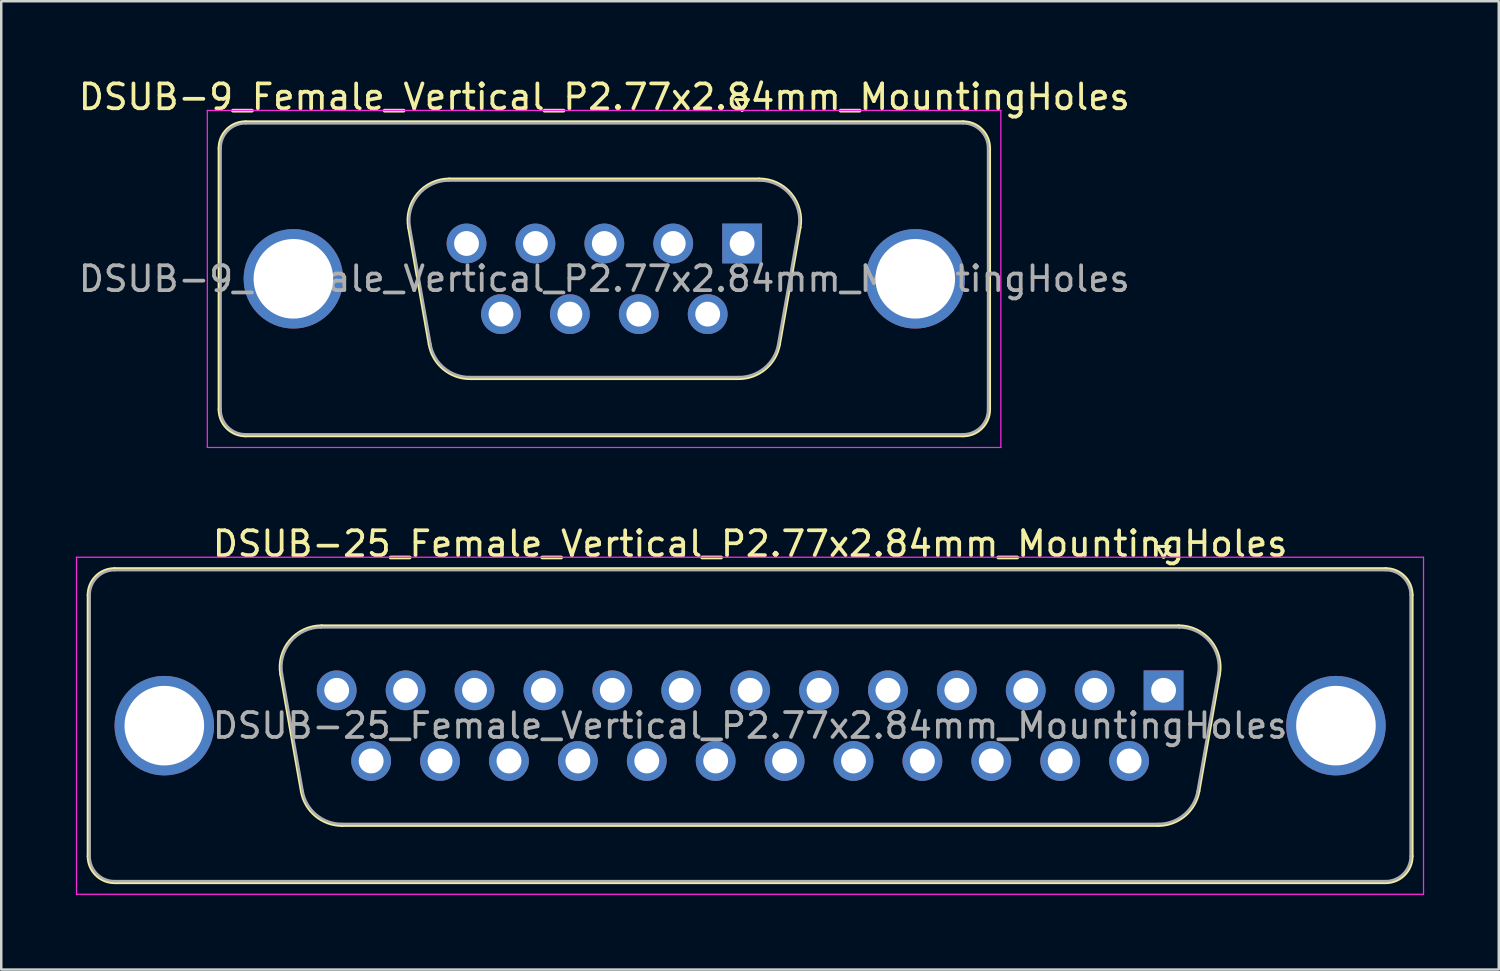
<source format=kicad_pcb>
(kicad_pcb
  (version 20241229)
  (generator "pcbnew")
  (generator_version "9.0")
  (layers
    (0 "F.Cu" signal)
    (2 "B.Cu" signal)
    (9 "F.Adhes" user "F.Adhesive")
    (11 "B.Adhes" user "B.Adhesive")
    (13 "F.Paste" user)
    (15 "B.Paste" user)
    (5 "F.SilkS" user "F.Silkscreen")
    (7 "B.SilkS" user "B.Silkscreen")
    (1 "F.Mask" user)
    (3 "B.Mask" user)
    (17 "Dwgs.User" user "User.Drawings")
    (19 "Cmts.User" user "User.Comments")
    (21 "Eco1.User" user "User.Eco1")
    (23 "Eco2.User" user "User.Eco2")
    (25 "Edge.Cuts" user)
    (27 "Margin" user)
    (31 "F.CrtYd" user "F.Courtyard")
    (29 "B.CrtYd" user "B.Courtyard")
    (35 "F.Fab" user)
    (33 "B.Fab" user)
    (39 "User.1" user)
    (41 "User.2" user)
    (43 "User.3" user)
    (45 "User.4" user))
  (footprint "DSUB-9_Female_Vertical_P2.77x2.84mm_MountingHoles"
    (layer "F.Cu")
    (at 26.784 6.738)
    (property "Reference" "DSUB-9_Female_Vertical_P2.77x2.84mm_MountingHoles" (at -5.54 -5.89 0) (layer "F.SilkS") (effects (font (size 1 1) (thickness 0.15))))
    (attr through_hole)
    (fp_line (start -21.025 6.67) (end -21.025 -3.83) (stroke (width 0.12) (type solid)) (layer "F.SilkS"))
    (fp_line (start -19.965 -4.89) (end 8.885 -4.89) (stroke (width 0.12) (type solid)) (layer "F.SilkS"))
    (fp_line (start -13.406 -0.642) (end -12.578 4.058) (stroke (width 0.12) (type solid)) (layer "F.SilkS"))
    (fp_line (start -11.772 -2.59) (end 0.692 -2.59) (stroke (width 0.12) (type solid)) (layer "F.SilkS"))
    (fp_line (start -10.943 5.43) (end -0.137 5.43) (stroke (width 0.12) (type solid)) (layer "F.SilkS"))
    (fp_line (start -0.25 -5.784) (end 0.25 -5.784) (stroke (width 0.12) (type solid)) (layer "F.SilkS"))
    (fp_line (start 0 -5.351) (end -0.25 -5.784) (stroke (width 0.12) (type solid)) (layer "F.SilkS"))
    (fp_line (start 0.25 -5.784) (end 0 -5.351) (stroke (width 0.12) (type solid)) (layer "F.SilkS"))
    (fp_line (start 2.326 -0.642) (end 1.498 4.058) (stroke (width 0.12) (type solid)) (layer "F.SilkS"))
    (fp_line (start 8.885 7.73) (end -19.965 7.73) (stroke (width 0.12) (type solid)) (layer "F.SilkS"))
    (fp_line (start 9.945 -3.83) (end 9.945 6.67) (stroke (width 0.12) (type solid)) (layer "F.SilkS"))
    (fp_arc (start -21.025 -3.83) (mid -20.714533 -4.579533) (end -19.965 -4.89) (stroke (width 0.12) (type solid)) (layer "F.SilkS"))
    (fp_arc (start -19.965 7.73) (mid -20.714533 7.419533) (end -21.025 6.67) (stroke (width 0.12) (type solid)) (layer "F.SilkS"))
    (fp_arc (start -13.40647 -0.641744) (mid -13.043323 -1.997028) (end -11.771689 -2.59) (stroke (width 0.12) (type solid)) (layer "F.SilkS"))
    (fp_arc (start -10.942952 5.43) (mid -12.00998 5.041634) (end -12.577733 4.058256) (stroke (width 0.12) (type solid)) (layer "F.SilkS"))
    (fp_arc (start 0.691689 -2.59) (mid 1.963323 -1.997027) (end 2.32647 -0.641744) (stroke (width 0.12) (type solid)) (layer "F.SilkS"))
    (fp_arc (start 1.497733 4.058256) (mid 0.92998 5.041634) (end -0.137048 5.43) (stroke (width 0.12) (type solid)) (layer "F.SilkS"))
    (fp_arc (start 8.885 -4.89) (mid 9.634533 -4.579533) (end 9.945 -3.83) (stroke (width 0.12) (type solid)) (layer "F.SilkS"))
    (fp_arc (start 9.945 6.67) (mid 9.634533 7.419533) (end 8.885 7.73) (stroke (width 0.12) (type solid)) (layer "F.SilkS"))
    (fp_line (start -21.5 -5.35) (end -21.5 8.2) (stroke (width 0.05) (type solid)) (layer "F.CrtYd"))
    (fp_line (start -21.5 8.2) (end 10.4 8.2) (stroke (width 0.05) (type solid)) (layer "F.CrtYd"))
    (fp_line (start 10.4 -5.35) (end -21.5 -5.35) (stroke (width 0.05) (type solid)) (layer "F.CrtYd"))
    (fp_line (start 10.4 8.2) (end 10.4 -5.35) (stroke (width 0.05) (type solid)) (layer "F.CrtYd"))
    (fp_line (start -20.965 6.67) (end -20.965 -3.83) (stroke (width 0.1) (type solid)) (layer "F.Fab"))
    (fp_line (start -19.965 -4.83) (end 8.885 -4.83) (stroke (width 0.1) (type solid)) (layer "F.Fab"))
    (fp_line (start -13.359 -0.652) (end -12.53 4.048) (stroke (width 0.1) (type solid)) (layer "F.Fab"))
    (fp_line (start -11.783 -2.53) (end 0.703 -2.53) (stroke (width 0.1) (type solid)) (layer "F.Fab"))
    (fp_line (start -10.954 5.37) (end -0.126 5.37) (stroke (width 0.1) (type solid)) (layer "F.Fab"))
    (fp_line (start 2.279 -0.652) (end 1.45 4.048) (stroke (width 0.1) (type solid)) (layer "F.Fab"))
    (fp_line (start 8.885 7.67) (end -19.965 7.67) (stroke (width 0.1) (type solid)) (layer "F.Fab"))
    (fp_line (start 9.885 -3.83) (end 9.885 6.67) (stroke (width 0.1) (type solid)) (layer "F.Fab"))
    (fp_arc (start -20.965 -3.83) (mid -20.672107 -4.537107) (end -19.965 -4.83) (stroke (width 0.1) (type solid)) (layer "F.Fab"))
    (fp_arc (start -19.965 7.67) (mid -20.672107 7.377107) (end -20.965 6.67) (stroke (width 0.1) (type solid)) (layer "F.Fab"))
    (fp_arc (start -13.358886 -0.652163) (mid -13.008865 -1.95846) (end -11.783194 -2.53) (stroke (width 0.1) (type solid)) (layer "F.Fab"))
    (fp_arc (start -10.954457 5.37) (mid -11.982917 4.995671) (end -12.530149 4.047837) (stroke (width 0.1) (type solid)) (layer "F.Fab"))
    (fp_arc (start 0.703194 -2.53) (mid 1.928865 -1.95846) (end 2.278886 -0.652163) (stroke (width 0.1) (type solid)) (layer "F.Fab"))
    (fp_arc (start 1.450149 4.047837) (mid 0.902917 4.995671) (end -0.125543 5.37) (stroke (width 0.1) (type solid)) (layer "F.Fab"))
    (fp_arc (start 8.885 -4.83) (mid 9.592107 -4.537107) (end 9.885 -3.83) (stroke (width 0.1) (type solid)) (layer "F.Fab"))
    (fp_arc (start 9.885 6.67) (mid 9.592107 7.377107) (end 8.885 7.67) (stroke (width 0.1) (type solid)) (layer "F.Fab"))
    (fp_text user "${REFERENCE}" (at -5.54 1.42 0) (layer "F.Fab") (effects (font (size 1 1) (thickness 0.15))))
    (pad "0" thru_hole circle (at -18.04 1.42) (size 4 4) (drill 3.2) (layers "*.Cu" "*.Mask"))
    (pad "0" thru_hole circle (at 6.96 1.42) (size 4 4) (drill 3.2) (layers "*.Cu" "*.Mask"))
    (pad "1" thru_hole rect (at 0 0) (size 1.6 1.6) (drill 1) (layers "*.Cu" "*.Mask"))
    (pad "2" thru_hole circle (at -2.77 0) (size 1.6 1.6) (drill 1) (layers "*.Cu" "*.Mask"))
    (pad "3" thru_hole circle (at -5.54 0) (size 1.6 1.6) (drill 1) (layers "*.Cu" "*.Mask"))
    (pad "4" thru_hole circle (at -8.31 0) (size 1.6 1.6) (drill 1) (layers "*.Cu" "*.Mask"))
    (pad "5" thru_hole circle (at -11.08 0) (size 1.6 1.6) (drill 1) (layers "*.Cu" "*.Mask"))
    (pad "6" thru_hole circle (at -1.385 2.84) (size 1.6 1.6) (drill 1) (layers "*.Cu" "*.Mask"))
    (pad "7" thru_hole circle (at -4.155 2.84) (size 1.6 1.6) (drill 1) (layers "*.Cu" "*.Mask"))
    (pad "8" thru_hole circle (at -6.925 2.84) (size 1.6 1.6) (drill 1) (layers "*.Cu" "*.Mask"))
    (pad "9" thru_hole circle (at -9.695 2.84) (size 1.6 1.6) (drill 1) (layers "*.Cu" "*.Mask")))
  (footprint "DSUB-25_Female_Vertical_P2.77x2.84mm_MountingHoles"
    (layer "F.Cu")
    (at 43.725 24.701)
    (property "Reference" "DSUB-25_Female_Vertical_P2.77x2.84mm_MountingHoles" (at -16.62 -5.89 0) (layer "F.SilkS") (effects (font (size 1 1) (thickness 0.15))))
    (attr through_hole)
    (fp_line (start -43.23 6.67) (end -43.23 -3.83) (stroke (width 0.12) (type solid)) (layer "F.SilkS"))
    (fp_line (start -42.17 -4.89) (end 8.93 -4.89) (stroke (width 0.12) (type solid)) (layer "F.SilkS"))
    (fp_line (start -35.486 -0.642) (end -34.658 4.058) (stroke (width 0.12) (type solid)) (layer "F.SilkS"))
    (fp_line (start -33.852 -2.59) (end 0.612 -2.59) (stroke (width 0.12) (type solid)) (layer "F.SilkS"))
    (fp_line (start -33.023 5.43) (end -0.217 5.43) (stroke (width 0.12) (type solid)) (layer "F.SilkS"))
    (fp_line (start -0.25 -5.784) (end 0.25 -5.784) (stroke (width 0.12) (type solid)) (layer "F.SilkS"))
    (fp_line (start 0 -5.351) (end -0.25 -5.784) (stroke (width 0.12) (type solid)) (layer "F.SilkS"))
    (fp_line (start 0.25 -5.784) (end 0 -5.351) (stroke (width 0.12) (type solid)) (layer "F.SilkS"))
    (fp_line (start 2.246 -0.642) (end 1.418 4.058) (stroke (width 0.12) (type solid)) (layer "F.SilkS"))
    (fp_line (start 8.93 7.73) (end -42.17 7.73) (stroke (width 0.12) (type solid)) (layer "F.SilkS"))
    (fp_line (start 9.99 -3.83) (end 9.99 6.67) (stroke (width 0.12) (type solid)) (layer "F.SilkS"))
    (fp_arc (start -43.23 -3.83) (mid -42.919533 -4.579533) (end -42.17 -4.89) (stroke (width 0.12) (type solid)) (layer "F.SilkS"))
    (fp_arc (start -42.17 7.73) (mid -42.919533 7.419533) (end -43.23 6.67) (stroke (width 0.12) (type solid)) (layer "F.SilkS"))
    (fp_arc (start -35.48647 -0.641744) (mid -35.123323 -1.997028) (end -33.851689 -2.59) (stroke (width 0.12) (type solid)) (layer "F.SilkS"))
    (fp_arc (start -33.022952 5.43) (mid -34.08998 5.041634) (end -34.657733 4.058256) (stroke (width 0.12) (type solid)) (layer "F.SilkS"))
    (fp_arc (start 0.611689 -2.59) (mid 1.883323 -1.997027) (end 2.24647 -0.641744) (stroke (width 0.12) (type solid)) (layer "F.SilkS"))
    (fp_arc (start 1.417733 4.058256) (mid 0.84998 5.041634) (end -0.217048 5.43) (stroke (width 0.12) (type solid)) (layer "F.SilkS"))
    (fp_arc (start 8.93 -4.89) (mid 9.679533 -4.579533) (end 9.99 -3.83) (stroke (width 0.12) (type solid)) (layer "F.SilkS"))
    (fp_arc (start 9.99 6.67) (mid 9.679533 7.419533) (end 8.93 7.73) (stroke (width 0.12) (type solid)) (layer "F.SilkS"))
    (fp_line (start -43.7 -5.35) (end -43.7 8.2) (stroke (width 0.05) (type solid)) (layer "F.CrtYd"))
    (fp_line (start -43.7 8.2) (end 10.45 8.2) (stroke (width 0.05) (type solid)) (layer "F.CrtYd"))
    (fp_line (start 10.45 -5.35) (end -43.7 -5.35) (stroke (width 0.05) (type solid)) (layer "F.CrtYd"))
    (fp_line (start 10.45 8.2) (end 10.45 -5.35) (stroke (width 0.05) (type solid)) (layer "F.CrtYd"))
    (fp_line (start -43.17 6.67) (end -43.17 -3.83) (stroke (width 0.1) (type solid)) (layer "F.Fab"))
    (fp_line (start -42.17 -4.83) (end 8.93 -4.83) (stroke (width 0.1) (type solid)) (layer "F.Fab"))
    (fp_line (start -35.439 -0.652) (end -34.61 4.048) (stroke (width 0.1) (type solid)) (layer "F.Fab"))
    (fp_line (start -33.863 -2.53) (end 0.623 -2.53) (stroke (width 0.1) (type solid)) (layer "F.Fab"))
    (fp_line (start -33.034 5.37) (end -0.206 5.37) (stroke (width 0.1) (type solid)) (layer "F.Fab"))
    (fp_line (start 2.199 -0.652) (end 1.37 4.048) (stroke (width 0.1) (type solid)) (layer "F.Fab"))
    (fp_line (start 8.93 7.67) (end -42.17 7.67) (stroke (width 0.1) (type solid)) (layer "F.Fab"))
    (fp_line (start 9.93 -3.83) (end 9.93 6.67) (stroke (width 0.1) (type solid)) (layer "F.Fab"))
    (fp_arc (start -43.17 -3.83) (mid -42.877107 -4.537107) (end -42.17 -4.83) (stroke (width 0.1) (type solid)) (layer "F.Fab"))
    (fp_arc (start -42.17 7.67) (mid -42.877107 7.377107) (end -43.17 6.67) (stroke (width 0.1) (type solid)) (layer "F.Fab"))
    (fp_arc (start -35.438886 -0.652163) (mid -35.088865 -1.95846) (end -33.863194 -2.53) (stroke (width 0.1) (type solid)) (layer "F.Fab"))
    (fp_arc (start -33.034457 5.37) (mid -34.062917 4.995671) (end -34.610149 4.047837) (stroke (width 0.1) (type solid)) (layer "F.Fab"))
    (fp_arc (start 0.623194 -2.53) (mid 1.848865 -1.95846) (end 2.198886 -0.652163) (stroke (width 0.1) (type solid)) (layer "F.Fab"))
    (fp_arc (start 1.370149 4.047837) (mid 0.822917 4.995671) (end -0.205543 5.37) (stroke (width 0.1) (type solid)) (layer "F.Fab"))
    (fp_arc (start 8.93 -4.83) (mid 9.637107 -4.537107) (end 9.93 -3.83) (stroke (width 0.1) (type solid)) (layer "F.Fab"))
    (fp_arc (start 9.93 6.67) (mid 9.637107 7.377107) (end 8.93 7.67) (stroke (width 0.1) (type solid)) (layer "F.Fab"))
    (fp_text user "${REFERENCE}" (at -16.62 1.42 0) (layer "F.Fab") (effects (font (size 1 1) (thickness 0.15))))
    (pad "0" thru_hole circle (at -40.17 1.42) (size 4 4) (drill 3.2) (layers "*.Cu" "*.Mask"))
    (pad "0" thru_hole circle (at 6.93 1.42) (size 4 4) (drill 3.2) (layers "*.Cu" "*.Mask"))
    (pad "1" thru_hole rect (at 0 0) (size 1.6 1.6) (drill 1) (layers "*.Cu" "*.Mask"))
    (pad "2" thru_hole circle (at -2.77 0) (size 1.6 1.6) (drill 1) (layers "*.Cu" "*.Mask"))
    (pad "3" thru_hole circle (at -5.54 0) (size 1.6 1.6) (drill 1) (layers "*.Cu" "*.Mask"))
    (pad "4" thru_hole circle (at -8.31 0) (size 1.6 1.6) (drill 1) (layers "*.Cu" "*.Mask"))
    (pad "5" thru_hole circle (at -11.08 0) (size 1.6 1.6) (drill 1) (layers "*.Cu" "*.Mask"))
    (pad "6" thru_hole circle (at -13.85 0) (size 1.6 1.6) (drill 1) (layers "*.Cu" "*.Mask"))
    (pad "7" thru_hole circle (at -16.62 0) (size 1.6 1.6) (drill 1) (layers "*.Cu" "*.Mask"))
    (pad "8" thru_hole circle (at -19.39 0) (size 1.6 1.6) (drill 1) (layers "*.Cu" "*.Mask"))
    (pad "9" thru_hole circle (at -22.16 0) (size 1.6 1.6) (drill 1) (layers "*.Cu" "*.Mask"))
    (pad "10" thru_hole circle (at -24.93 0) (size 1.6 1.6) (drill 1) (layers "*.Cu" "*.Mask"))
    (pad "11" thru_hole circle (at -27.7 0) (size 1.6 1.6) (drill 1) (layers "*.Cu" "*.Mask"))
    (pad "12" thru_hole circle (at -30.47 0) (size 1.6 1.6) (drill 1) (layers "*.Cu" "*.Mask"))
    (pad "13" thru_hole circle (at -33.24 0) (size 1.6 1.6) (drill 1) (layers "*.Cu" "*.Mask"))
    (pad "14" thru_hole circle (at -1.385 2.84) (size 1.6 1.6) (drill 1) (layers "*.Cu" "*.Mask"))
    (pad "15" thru_hole circle (at -4.155 2.84) (size 1.6 1.6) (drill 1) (layers "*.Cu" "*.Mask"))
    (pad "16" thru_hole circle (at -6.925 2.84) (size 1.6 1.6) (drill 1) (layers "*.Cu" "*.Mask"))
    (pad "17" thru_hole circle (at -9.695 2.84) (size 1.6 1.6) (drill 1) (layers "*.Cu" "*.Mask"))
    (pad "18" thru_hole circle (at -12.465 2.84) (size 1.6 1.6) (drill 1) (layers "*.Cu" "*.Mask"))
    (pad "19" thru_hole circle (at -15.235 2.84) (size 1.6 1.6) (drill 1) (layers "*.Cu" "*.Mask"))
    (pad "20" thru_hole circle (at -18.005 2.84) (size 1.6 1.6) (drill 1) (layers "*.Cu" "*.Mask"))
    (pad "21" thru_hole circle (at -20.775 2.84) (size 1.6 1.6) (drill 1) (layers "*.Cu" "*.Mask"))
    (pad "22" thru_hole circle (at -23.545 2.84) (size 1.6 1.6) (drill 1) (layers "*.Cu" "*.Mask"))
    (pad "23" thru_hole circle (at -26.315 2.84) (size 1.6 1.6) (drill 1) (layers "*.Cu" "*.Mask"))
    (pad "24" thru_hole circle (at -29.085 2.84) (size 1.6 1.6) (drill 1) (layers "*.Cu" "*.Mask"))
    (pad "25" thru_hole circle (at -31.855 2.84) (size 1.6 1.6) (drill 1) (layers "*.Cu" "*.Mask")))
  (gr_rect
    (start -3 -3)
    (end 57.2 35.926)
    (stroke (width 0.1) (type default))
    (fill no)
    (layer "Edge.Cuts")))
</source>
